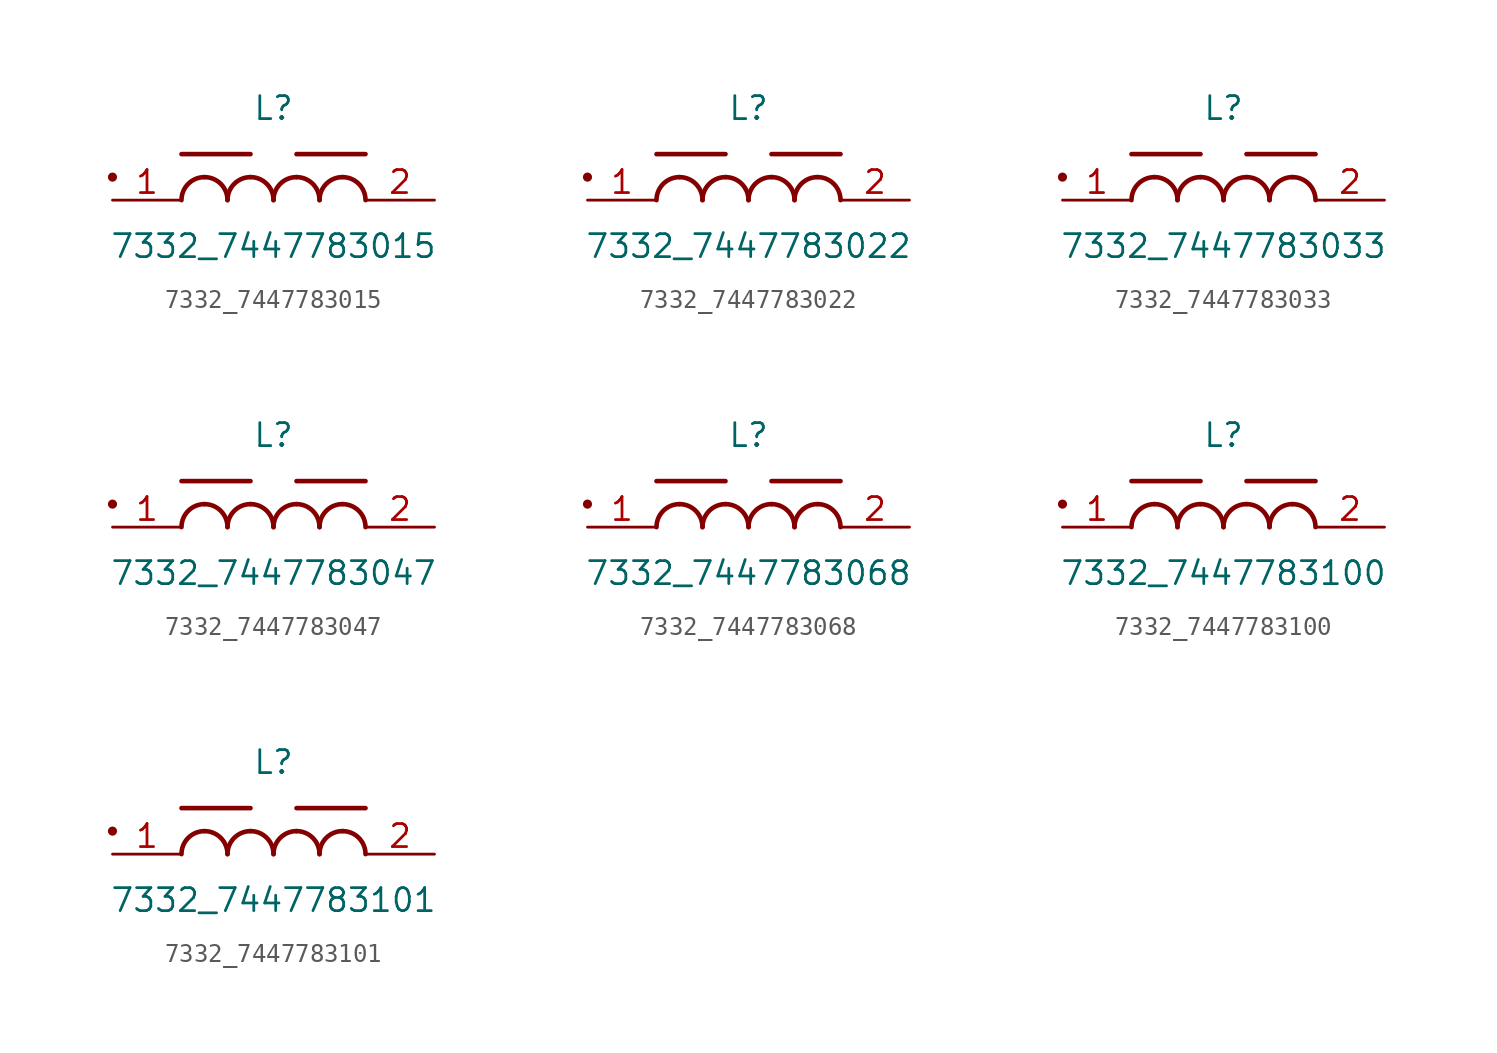
<source format=kicad_sym>
(kicad_symbol_lib
  (version 20211014)
  (generator kicad_symbol_editor)
  (symbol "Inductor_Wurth_WE-PD:7332_7447783015"
    (pin_names hide)
    (property "Reference" "L"
      (at 0 5.08 0)
      (effects (font (size 1.27 1.27))))
    (property "Value" "7332_7447783015"
      (at 0 -2.54 0)
      (effects (font (size 1.27 1.27))))
    (symbol "7332_7447783015_0_1"
      (circle (center -8.89 1.27) (radius 0.0001) (stroke (width 0.254)) (stroke (width 0.254) (type default) (color 0 0 0 0)) (fill (type none)))
      (arc (start -3.81 1.27) (mid -4.708 0.898) (end -5.08 0) (stroke (width 0.254) (type default) (color 0 0 0 0)) (fill (type none)))
      (arc (start -2.54 0) (mid -2.912 0.898) (end -3.81 1.27) (stroke (width 0.254) (type default) (color 0 0 0 0)) (fill (type none)))
      (arc (start -1.2699 1.2701) (mid -2.1679 0.8981) (end -2.5399 0.0001) (stroke (width 0.254) (type default) (color 0 0 0 0)) (fill (type none)))
      (polyline (pts (xy -5.08 2.54) (xy -1.27 2.54)) (stroke (width 0.254) (type default) (color 0 0 0 0)) (fill (type none)))
      (polyline (pts (xy 5.08 2.54) (xy 1.27 2.54)) (stroke (width 0.254) (type default) (color 0 0 0 0)) (fill (type none)))
      (arc (start 0.0001 0.0001) (mid -0.3719 0.8981) (end -1.2699 1.2701) (stroke (width 0.254) (type default) (color 0 0 0 0)) (fill (type none)))
      (arc (start 1.2701 1.2701) (mid 0.3721 0.8981) (end 0.0001 0.0001) (stroke (width 0.254) (type default) (color 0 0 0 0)) (fill (type none)))
      (arc (start 2.5401 0.0001) (mid 2.1681 0.8981) (end 1.2701 1.2701) (stroke (width 0.254) (type default) (color 0 0 0 0)) (fill (type none)))
      (arc (start 3.8101 1.2701) (mid 2.9121 0.8981) (end 2.5401 0.0001) (stroke (width 0.254) (type default) (color 0 0 0 0)) (fill (type none)))
      (arc (start 5.0801 0.0001) (mid 4.7081 0.8981) (end 3.8101 1.2701) (stroke (width 0.254) (type default) (color 0 0 0 0)) (fill (type none))))
    (symbol "7332_7447783015_1_1"
      (pin passive line (at -8.89 0 0) (length 3.81) (name "1" (effects (font (size 1.27 1.27)))) (number "1" (effects (font (size 1.27 1.27)))))
      (pin passive line (at 8.89 0 180) (length 3.81) (name "2" (effects (font (size 1.27 1.27)))) (number "2" (effects (font (size 1.27 1.27)))))))
  (symbol "Inductor_Wurth_WE-PD:7332_7447783022"
    (pin_names hide)
    (property "Reference" "L"
      (at 0 5.08 0)
      (effects (font (size 1.27 1.27))))
    (property "Value" "7332_7447783022"
      (at 0 -2.54 0)
      (effects (font (size 1.27 1.27))))
    (symbol "7332_7447783022_0_1"
      (circle (center -8.89 1.27) (radius 0.0001) (stroke (width 0.254)) (stroke (width 0.254) (type default) (color 0 0 0 0)) (fill (type none)))
      (arc (start -3.81 1.27) (mid -4.708 0.898) (end -5.08 0) (stroke (width 0.254) (type default) (color 0 0 0 0)) (fill (type none)))
      (arc (start -2.54 0) (mid -2.912 0.898) (end -3.81 1.27) (stroke (width 0.254) (type default) (color 0 0 0 0)) (fill (type none)))
      (arc (start -1.2699 1.2701) (mid -2.1679 0.8981) (end -2.5399 0.0001) (stroke (width 0.254) (type default) (color 0 0 0 0)) (fill (type none)))
      (polyline (pts (xy -5.08 2.54) (xy -1.27 2.54)) (stroke (width 0.254) (type default) (color 0 0 0 0)) (fill (type none)))
      (polyline (pts (xy 5.08 2.54) (xy 1.27 2.54)) (stroke (width 0.254) (type default) (color 0 0 0 0)) (fill (type none)))
      (arc (start 0.0001 0.0001) (mid -0.3719 0.8981) (end -1.2699 1.2701) (stroke (width 0.254) (type default) (color 0 0 0 0)) (fill (type none)))
      (arc (start 1.2701 1.2701) (mid 0.3721 0.8981) (end 0.0001 0.0001) (stroke (width 0.254) (type default) (color 0 0 0 0)) (fill (type none)))
      (arc (start 2.5401 0.0001) (mid 2.1681 0.8981) (end 1.2701 1.2701) (stroke (width 0.254) (type default) (color 0 0 0 0)) (fill (type none)))
      (arc (start 3.8101 1.2701) (mid 2.9121 0.8981) (end 2.5401 0.0001) (stroke (width 0.254) (type default) (color 0 0 0 0)) (fill (type none)))
      (arc (start 5.0801 0.0001) (mid 4.7081 0.8981) (end 3.8101 1.2701) (stroke (width 0.254) (type default) (color 0 0 0 0)) (fill (type none))))
    (symbol "7332_7447783022_1_1"
      (pin passive line (at -8.89 0 0) (length 3.81) (name "1" (effects (font (size 1.27 1.27)))) (number "1" (effects (font (size 1.27 1.27)))))
      (pin passive line (at 8.89 0 180) (length 3.81) (name "2" (effects (font (size 1.27 1.27)))) (number "2" (effects (font (size 1.27 1.27)))))))
  (symbol "Inductor_Wurth_WE-PD:7332_7447783033"
    (pin_names hide)
    (property "Reference" "L"
      (at 0 5.08 0)
      (effects (font (size 1.27 1.27))))
    (property "Value" "7332_7447783033"
      (at 0 -2.54 0)
      (effects (font (size 1.27 1.27))))
    (symbol "7332_7447783033_0_1"
      (circle (center -8.89 1.27) (radius 0.0001) (stroke (width 0.254)) (stroke (width 0.254) (type default) (color 0 0 0 0)) (fill (type none)))
      (arc (start -3.81 1.27) (mid -4.708 0.898) (end -5.08 0) (stroke (width 0.254) (type default) (color 0 0 0 0)) (fill (type none)))
      (arc (start -2.54 0) (mid -2.912 0.898) (end -3.81 1.27) (stroke (width 0.254) (type default) (color 0 0 0 0)) (fill (type none)))
      (arc (start -1.2699 1.2701) (mid -2.1679 0.8981) (end -2.5399 0.0001) (stroke (width 0.254) (type default) (color 0 0 0 0)) (fill (type none)))
      (polyline (pts (xy -5.08 2.54) (xy -1.27 2.54)) (stroke (width 0.254) (type default) (color 0 0 0 0)) (fill (type none)))
      (polyline (pts (xy 5.08 2.54) (xy 1.27 2.54)) (stroke (width 0.254) (type default) (color 0 0 0 0)) (fill (type none)))
      (arc (start 0.0001 0.0001) (mid -0.3719 0.8981) (end -1.2699 1.2701) (stroke (width 0.254) (type default) (color 0 0 0 0)) (fill (type none)))
      (arc (start 1.2701 1.2701) (mid 0.3721 0.8981) (end 0.0001 0.0001) (stroke (width 0.254) (type default) (color 0 0 0 0)) (fill (type none)))
      (arc (start 2.5401 0.0001) (mid 2.1681 0.8981) (end 1.2701 1.2701) (stroke (width 0.254) (type default) (color 0 0 0 0)) (fill (type none)))
      (arc (start 3.8101 1.2701) (mid 2.9121 0.8981) (end 2.5401 0.0001) (stroke (width 0.254) (type default) (color 0 0 0 0)) (fill (type none)))
      (arc (start 5.0801 0.0001) (mid 4.7081 0.8981) (end 3.8101 1.2701) (stroke (width 0.254) (type default) (color 0 0 0 0)) (fill (type none))))
    (symbol "7332_7447783033_1_1"
      (pin passive line (at -8.89 0 0) (length 3.81) (name "1" (effects (font (size 1.27 1.27)))) (number "1" (effects (font (size 1.27 1.27)))))
      (pin passive line (at 8.89 0 180) (length 3.81) (name "2" (effects (font (size 1.27 1.27)))) (number "2" (effects (font (size 1.27 1.27)))))))
  (symbol "Inductor_Wurth_WE-PD:7332_7447783047"
    (pin_names hide)
    (property "Reference" "L"
      (at 0 5.08 0)
      (effects (font (size 1.27 1.27))))
    (property "Value" "7332_7447783047"
      (at 0 -2.54 0)
      (effects (font (size 1.27 1.27))))
    (symbol "7332_7447783047_0_1"
      (circle (center -8.89 1.27) (radius 0.0001) (stroke (width 0.254)) (stroke (width 0.254) (type default) (color 0 0 0 0)) (fill (type none)))
      (arc (start -3.81 1.27) (mid -4.708 0.898) (end -5.08 0) (stroke (width 0.254) (type default) (color 0 0 0 0)) (fill (type none)))
      (arc (start -2.54 0) (mid -2.912 0.898) (end -3.81 1.27) (stroke (width 0.254) (type default) (color 0 0 0 0)) (fill (type none)))
      (arc (start -1.2699 1.2701) (mid -2.1679 0.8981) (end -2.5399 0.0001) (stroke (width 0.254) (type default) (color 0 0 0 0)) (fill (type none)))
      (polyline (pts (xy -5.08 2.54) (xy -1.27 2.54)) (stroke (width 0.254) (type default) (color 0 0 0 0)) (fill (type none)))
      (polyline (pts (xy 5.08 2.54) (xy 1.27 2.54)) (stroke (width 0.254) (type default) (color 0 0 0 0)) (fill (type none)))
      (arc (start 0.0001 0.0001) (mid -0.3719 0.8981) (end -1.2699 1.2701) (stroke (width 0.254) (type default) (color 0 0 0 0)) (fill (type none)))
      (arc (start 1.2701 1.2701) (mid 0.3721 0.8981) (end 0.0001 0.0001) (stroke (width 0.254) (type default) (color 0 0 0 0)) (fill (type none)))
      (arc (start 2.5401 0.0001) (mid 2.1681 0.8981) (end 1.2701 1.2701) (stroke (width 0.254) (type default) (color 0 0 0 0)) (fill (type none)))
      (arc (start 3.8101 1.2701) (mid 2.9121 0.8981) (end 2.5401 0.0001) (stroke (width 0.254) (type default) (color 0 0 0 0)) (fill (type none)))
      (arc (start 5.0801 0.0001) (mid 4.7081 0.8981) (end 3.8101 1.2701) (stroke (width 0.254) (type default) (color 0 0 0 0)) (fill (type none))))
    (symbol "7332_7447783047_1_1"
      (pin passive line (at -8.89 0 0) (length 3.81) (name "1" (effects (font (size 1.27 1.27)))) (number "1" (effects (font (size 1.27 1.27)))))
      (pin passive line (at 8.89 0 180) (length 3.81) (name "2" (effects (font (size 1.27 1.27)))) (number "2" (effects (font (size 1.27 1.27)))))))
  (symbol "Inductor_Wurth_WE-PD:7332_7447783068"
    (pin_names hide)
    (property "Reference" "L"
      (at 0 5.08 0)
      (effects (font (size 1.27 1.27))))
    (property "Value" "7332_7447783068"
      (at 0 -2.54 0)
      (effects (font (size 1.27 1.27))))
    (symbol "7332_7447783068_0_1"
      (circle (center -8.89 1.27) (radius 0.0001) (stroke (width 0.254)) (stroke (width 0.254) (type default) (color 0 0 0 0)) (fill (type none)))
      (arc (start -3.81 1.27) (mid -4.708 0.898) (end -5.08 0) (stroke (width 0.254) (type default) (color 0 0 0 0)) (fill (type none)))
      (arc (start -2.54 0) (mid -2.912 0.898) (end -3.81 1.27) (stroke (width 0.254) (type default) (color 0 0 0 0)) (fill (type none)))
      (arc (start -1.2699 1.2701) (mid -2.1679 0.8981) (end -2.5399 0.0001) (stroke (width 0.254) (type default) (color 0 0 0 0)) (fill (type none)))
      (polyline (pts (xy -5.08 2.54) (xy -1.27 2.54)) (stroke (width 0.254) (type default) (color 0 0 0 0)) (fill (type none)))
      (polyline (pts (xy 5.08 2.54) (xy 1.27 2.54)) (stroke (width 0.254) (type default) (color 0 0 0 0)) (fill (type none)))
      (arc (start 0.0001 0.0001) (mid -0.3719 0.8981) (end -1.2699 1.2701) (stroke (width 0.254) (type default) (color 0 0 0 0)) (fill (type none)))
      (arc (start 1.2701 1.2701) (mid 0.3721 0.8981) (end 0.0001 0.0001) (stroke (width 0.254) (type default) (color 0 0 0 0)) (fill (type none)))
      (arc (start 2.5401 0.0001) (mid 2.1681 0.8981) (end 1.2701 1.2701) (stroke (width 0.254) (type default) (color 0 0 0 0)) (fill (type none)))
      (arc (start 3.8101 1.2701) (mid 2.9121 0.8981) (end 2.5401 0.0001) (stroke (width 0.254) (type default) (color 0 0 0 0)) (fill (type none)))
      (arc (start 5.0801 0.0001) (mid 4.7081 0.8981) (end 3.8101 1.2701) (stroke (width 0.254) (type default) (color 0 0 0 0)) (fill (type none))))
    (symbol "7332_7447783068_1_1"
      (pin passive line (at -8.89 0 0) (length 3.81) (name "1" (effects (font (size 1.27 1.27)))) (number "1" (effects (font (size 1.27 1.27)))))
      (pin passive line (at 8.89 0 180) (length 3.81) (name "2" (effects (font (size 1.27 1.27)))) (number "2" (effects (font (size 1.27 1.27)))))))
  (symbol "Inductor_Wurth_WE-PD:7332_7447783100"
    (pin_names hide)
    (property "Reference" "L"
      (at 0 5.08 0)
      (effects (font (size 1.27 1.27))))
    (property "Value" "7332_7447783100"
      (at 0 -2.54 0)
      (effects (font (size 1.27 1.27))))
    (symbol "7332_7447783100_0_1"
      (circle (center -8.89 1.27) (radius 0.0001) (stroke (width 0.254)) (stroke (width 0.254) (type default) (color 0 0 0 0)) (fill (type none)))
      (arc (start -3.81 1.27) (mid -4.708 0.898) (end -5.08 0) (stroke (width 0.254) (type default) (color 0 0 0 0)) (fill (type none)))
      (arc (start -2.54 0) (mid -2.912 0.898) (end -3.81 1.27) (stroke (width 0.254) (type default) (color 0 0 0 0)) (fill (type none)))
      (arc (start -1.2699 1.2701) (mid -2.1679 0.8981) (end -2.5399 0.0001) (stroke (width 0.254) (type default) (color 0 0 0 0)) (fill (type none)))
      (polyline (pts (xy -5.08 2.54) (xy -1.27 2.54)) (stroke (width 0.254) (type default) (color 0 0 0 0)) (fill (type none)))
      (polyline (pts (xy 5.08 2.54) (xy 1.27 2.54)) (stroke (width 0.254) (type default) (color 0 0 0 0)) (fill (type none)))
      (arc (start 0.0001 0.0001) (mid -0.3719 0.8981) (end -1.2699 1.2701) (stroke (width 0.254) (type default) (color 0 0 0 0)) (fill (type none)))
      (arc (start 1.2701 1.2701) (mid 0.3721 0.8981) (end 0.0001 0.0001) (stroke (width 0.254) (type default) (color 0 0 0 0)) (fill (type none)))
      (arc (start 2.5401 0.0001) (mid 2.1681 0.8981) (end 1.2701 1.2701) (stroke (width 0.254) (type default) (color 0 0 0 0)) (fill (type none)))
      (arc (start 3.8101 1.2701) (mid 2.9121 0.8981) (end 2.5401 0.0001) (stroke (width 0.254) (type default) (color 0 0 0 0)) (fill (type none)))
      (arc (start 5.0801 0.0001) (mid 4.7081 0.8981) (end 3.8101 1.2701) (stroke (width 0.254) (type default) (color 0 0 0 0)) (fill (type none))))
    (symbol "7332_7447783100_1_1"
      (pin passive line (at -8.89 0 0) (length 3.81) (name "1" (effects (font (size 1.27 1.27)))) (number "1" (effects (font (size 1.27 1.27)))))
      (pin passive line (at 8.89 0 180) (length 3.81) (name "2" (effects (font (size 1.27 1.27)))) (number "2" (effects (font (size 1.27 1.27)))))))
  (symbol "Inductor_Wurth_WE-PD:7332_7447783101"
    (pin_names hide)
    (property "Reference" "L"
      (at 0 5.08 0)
      (effects (font (size 1.27 1.27))))
    (property "Value" "7332_7447783101"
      (at 0 -2.54 0)
      (effects (font (size 1.27 1.27))))
    (symbol "7332_7447783101_0_1"
      (circle (center -8.89 1.27) (radius 0.0001) (stroke (width 0.254)) (stroke (width 0.254) (type default) (color 0 0 0 0)) (fill (type none)))
      (arc (start -3.81 1.27) (mid -4.708 0.898) (end -5.08 0) (stroke (width 0.254) (type default) (color 0 0 0 0)) (fill (type none)))
      (arc (start -2.54 0) (mid -2.912 0.898) (end -3.81 1.27) (stroke (width 0.254) (type default) (color 0 0 0 0)) (fill (type none)))
      (arc (start -1.2699 1.2701) (mid -2.1679 0.8981) (end -2.5399 0.0001) (stroke (width 0.254) (type default) (color 0 0 0 0)) (fill (type none)))
      (polyline (pts (xy -5.08 2.54) (xy -1.27 2.54)) (stroke (width 0.254) (type default) (color 0 0 0 0)) (fill (type none)))
      (polyline (pts (xy 5.08 2.54) (xy 1.27 2.54)) (stroke (width 0.254) (type default) (color 0 0 0 0)) (fill (type none)))
      (arc (start 0.0001 0.0001) (mid -0.3719 0.8981) (end -1.2699 1.2701) (stroke (width 0.254) (type default) (color 0 0 0 0)) (fill (type none)))
      (arc (start 1.2701 1.2701) (mid 0.3721 0.8981) (end 0.0001 0.0001) (stroke (width 0.254) (type default) (color 0 0 0 0)) (fill (type none)))
      (arc (start 2.5401 0.0001) (mid 2.1681 0.8981) (end 1.2701 1.2701) (stroke (width 0.254) (type default) (color 0 0 0 0)) (fill (type none)))
      (arc (start 3.8101 1.2701) (mid 2.9121 0.8981) (end 2.5401 0.0001) (stroke (width 0.254) (type default) (color 0 0 0 0)) (fill (type none)))
      (arc (start 5.0801 0.0001) (mid 4.7081 0.8981) (end 3.8101 1.2701) (stroke (width 0.254) (type default) (color 0 0 0 0)) (fill (type none))))
    (symbol "7332_7447783101_1_1"
      (pin passive line (at -8.89 0 0) (length 3.81) (name "1" (effects (font (size 1.27 1.27)))) (number "1" (effects (font (size 1.27 1.27)))))
      (pin passive line (at 8.89 0 180) (length 3.81) (name "2" (effects (font (size 1.27 1.27)))) (number "2" (effects (font (size 1.27 1.27))))))))
</source>
